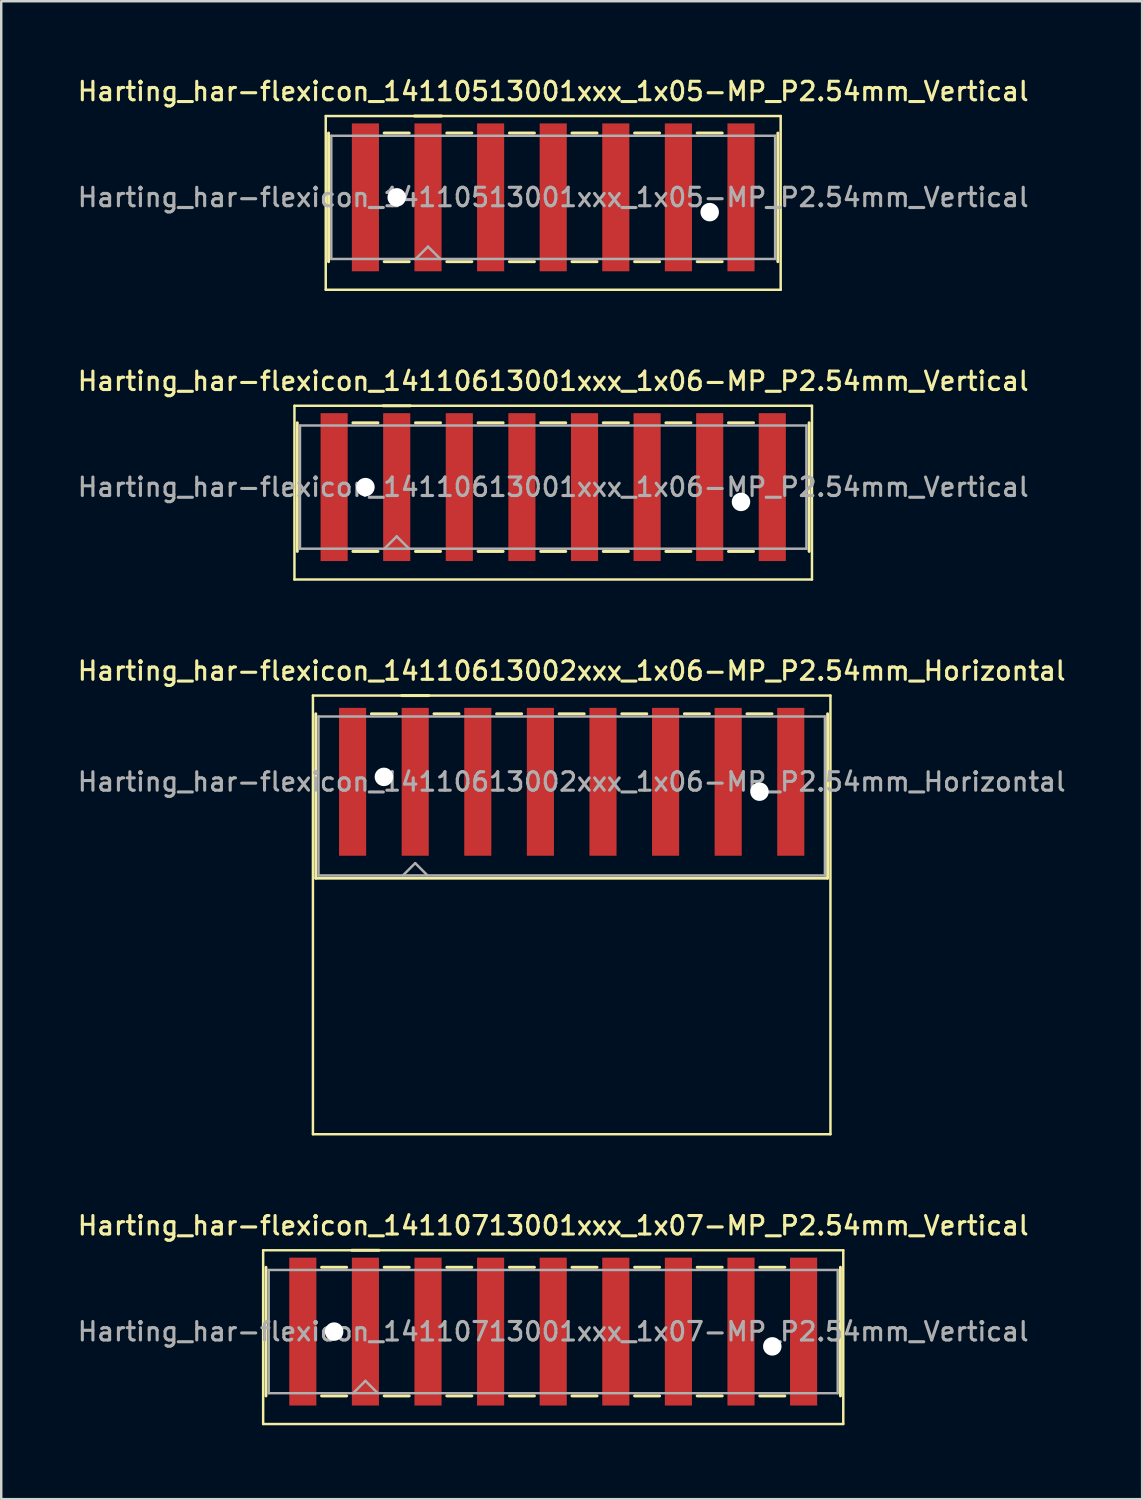
<source format=kicad_pcb>
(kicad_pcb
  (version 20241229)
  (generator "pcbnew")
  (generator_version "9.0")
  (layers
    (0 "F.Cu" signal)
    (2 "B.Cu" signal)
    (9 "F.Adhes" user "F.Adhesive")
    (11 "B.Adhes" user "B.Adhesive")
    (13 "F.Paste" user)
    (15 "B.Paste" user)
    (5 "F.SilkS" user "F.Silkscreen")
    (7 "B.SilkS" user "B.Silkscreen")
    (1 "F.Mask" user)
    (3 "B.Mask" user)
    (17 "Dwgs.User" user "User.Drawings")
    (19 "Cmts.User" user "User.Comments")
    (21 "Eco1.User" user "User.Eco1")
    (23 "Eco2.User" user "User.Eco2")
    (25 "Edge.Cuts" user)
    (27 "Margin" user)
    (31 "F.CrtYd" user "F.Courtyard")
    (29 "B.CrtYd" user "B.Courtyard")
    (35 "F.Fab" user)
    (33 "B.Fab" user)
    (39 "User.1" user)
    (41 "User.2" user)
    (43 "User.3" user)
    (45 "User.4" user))
  (footprint "Harting_har-flexicon_14110713001xxx_1x07-MP_P2.54mm_Vertical"
    (layer "F.Cu")
    (at 19.398 50.983)
    (property "Reference" "Harting_har-flexicon_14110713001xxx_1x07-MP_P2.54mm_Vertical" (at 0 -4.3 0) (layer "F.SilkS") (effects (font (size 0.75 0.75) (thickness 0.125))))
    (attr smd)
    (fp_line (start -11.77 -3.3) (end -11.77 3.75) (stroke (width 0.1) (type solid)) (layer "F.SilkS"))
    (fp_line (start -11.77 3.75) (end 11.77 3.75) (stroke (width 0.1) (type solid)) (layer "F.SilkS"))
    (fp_line (start -11.655 -2.61) (end -11.655 2.61) (stroke (width 0.12) (type solid)) (layer "F.SilkS"))
    (fp_line (start -9.398 -2.61) (end -8.382 -2.61) (stroke (width 0.12) (type solid)) (layer "F.SilkS"))
    (fp_line (start -9.398 2.61) (end -8.382 2.61) (stroke (width 0.12) (type solid)) (layer "F.SilkS"))
    (fp_line (start -8.17 -3.3) (end -7.07 -3.3) (stroke (width 0.12) (type solid)) (layer "F.SilkS"))
    (fp_line (start -6.858 -2.61) (end -5.842 -2.61) (stroke (width 0.12) (type solid)) (layer "F.SilkS"))
    (fp_line (start -6.858 2.61) (end -5.842 2.61) (stroke (width 0.12) (type solid)) (layer "F.SilkS"))
    (fp_line (start -4.318 -2.61) (end -3.302 -2.61) (stroke (width 0.12) (type solid)) (layer "F.SilkS"))
    (fp_line (start -4.318 2.61) (end -3.302 2.61) (stroke (width 0.12) (type solid)) (layer "F.SilkS"))
    (fp_line (start -1.778 -2.61) (end -0.762 -2.61) (stroke (width 0.12) (type solid)) (layer "F.SilkS"))
    (fp_line (start -1.778 2.61) (end -0.762 2.61) (stroke (width 0.12) (type solid)) (layer "F.SilkS"))
    (fp_line (start 0.762 -2.61) (end 1.778 -2.61) (stroke (width 0.12) (type solid)) (layer "F.SilkS"))
    (fp_line (start 0.762 2.61) (end 1.778 2.61) (stroke (width 0.12) (type solid)) (layer "F.SilkS"))
    (fp_line (start 3.302 -2.61) (end 4.318 -2.61) (stroke (width 0.12) (type solid)) (layer "F.SilkS"))
    (fp_line (start 3.302 2.61) (end 4.318 2.61) (stroke (width 0.12) (type solid)) (layer "F.SilkS"))
    (fp_line (start 5.842 -2.61) (end 6.858 -2.61) (stroke (width 0.12) (type solid)) (layer "F.SilkS"))
    (fp_line (start 5.842 2.61) (end 6.858 2.61) (stroke (width 0.12) (type solid)) (layer "F.SilkS"))
    (fp_line (start 8.382 -2.61) (end 9.398 -2.61) (stroke (width 0.12) (type solid)) (layer "F.SilkS"))
    (fp_line (start 8.382 2.61) (end 9.398 2.61) (stroke (width 0.12) (type solid)) (layer "F.SilkS"))
    (fp_line (start 11.655 -2.61) (end 11.655 2.61) (stroke (width 0.12) (type solid)) (layer "F.SilkS"))
    (fp_line (start 11.77 -3.3) (end -11.77 -3.3) (stroke (width 0.1) (type solid)) (layer "F.SilkS"))
    (fp_line (start 11.77 3.75) (end 11.77 -3.3) (stroke (width 0.1) (type solid)) (layer "F.SilkS"))
    (fp_line (start -11.545 -2.5) (end -11.545 2.5) (stroke (width 0.1) (type solid)) (layer "F.Fab"))
    (fp_line (start -11.545 2.5) (end 11.545 2.5) (stroke (width 0.1) (type solid)) (layer "F.Fab"))
    (fp_line (start -8.12 2.5) (end -7.62 2) (stroke (width 0.1) (type solid)) (layer "F.Fab"))
    (fp_line (start -7.62 2) (end -7.12 2.5) (stroke (width 0.1) (type solid)) (layer "F.Fab"))
    (fp_line (start 11.545 -2.5) (end -11.545 -2.5) (stroke (width 0.1) (type solid)) (layer "F.Fab"))
    (fp_line (start 11.545 2.5) (end 11.545 -2.5) (stroke (width 0.1) (type solid)) (layer "F.Fab"))
    (fp_text user "${REFERENCE}" (at 0 0 0) (layer "F.Fab") (effects (font (size 0.75 0.75) (thickness 0.125))))
    (pad "" np_thru_hole circle (at -8.89 0) (size 0.75 0.75) (drill 1) (layers "*.Cu" "*.Mask"))
    (pad "" np_thru_hole circle (at 8.89 0.6) (size 0.75 0.75) (drill 1) (layers "*.Cu" "*.Mask"))
    (pad "1" smd rect (at -7.62 0) (size 1.1 6) (layers "F.Cu" "F.Mask" "F.Paste"))
    (pad "2" smd rect (at -5.08 0) (size 1.1 6) (layers "F.Cu" "F.Mask" "F.Paste"))
    (pad "3" smd rect (at -2.54 0) (size 1.1 6) (layers "F.Cu" "F.Mask" "F.Paste"))
    (pad "4" smd rect (at 0 0) (size 1.1 6) (layers "F.Cu" "F.Mask" "F.Paste"))
    (pad "5" smd rect (at 2.54 0) (size 1.1 6) (layers "F.Cu" "F.Mask" "F.Paste"))
    (pad "6" smd rect (at 5.08 0) (size 1.1 6) (layers "F.Cu" "F.Mask" "F.Paste"))
    (pad "7" smd rect (at 7.62 0) (size 1.1 6) (layers "F.Cu" "F.Mask" "F.Paste"))
    (pad "MP" smd rect (at -10.16 0) (size 1.1 6) (layers "F.Cu" "F.Mask" "F.Paste"))
    (pad "MP" smd rect (at 10.16 0) (size 1.1 6) (layers "F.Cu" "F.Mask" "F.Paste")))
  (footprint "Harting_har-flexicon_14110513001xxx_1x05-MP_P2.54mm_Vertical"
    (layer "F.Cu")
    (at 19.398 4.958)
    (property "Reference" "Harting_har-flexicon_14110513001xxx_1x05-MP_P2.54mm_Vertical" (at 0 -4.3 0) (layer "F.SilkS") (effects (font (size 0.75 0.75) (thickness 0.125))))
    (attr smd)
    (fp_line (start -9.23 -3.3) (end -9.23 3.75) (stroke (width 0.1) (type solid)) (layer "F.SilkS"))
    (fp_line (start -9.23 3.75) (end 9.23 3.75) (stroke (width 0.1) (type solid)) (layer "F.SilkS"))
    (fp_line (start -9.115 -2.61) (end -9.115 2.61) (stroke (width 0.12) (type solid)) (layer "F.SilkS"))
    (fp_line (start -6.858 -2.61) (end -5.842 -2.61) (stroke (width 0.12) (type solid)) (layer "F.SilkS"))
    (fp_line (start -6.858 2.61) (end -5.842 2.61) (stroke (width 0.12) (type solid)) (layer "F.SilkS"))
    (fp_line (start -5.63 -3.3) (end -4.53 -3.3) (stroke (width 0.12) (type solid)) (layer "F.SilkS"))
    (fp_line (start -4.318 -2.61) (end -3.302 -2.61) (stroke (width 0.12) (type solid)) (layer "F.SilkS"))
    (fp_line (start -4.318 2.61) (end -3.302 2.61) (stroke (width 0.12) (type solid)) (layer "F.SilkS"))
    (fp_line (start -1.778 -2.61) (end -0.762 -2.61) (stroke (width 0.12) (type solid)) (layer "F.SilkS"))
    (fp_line (start -1.778 2.61) (end -0.762 2.61) (stroke (width 0.12) (type solid)) (layer "F.SilkS"))
    (fp_line (start 0.762 -2.61) (end 1.778 -2.61) (stroke (width 0.12) (type solid)) (layer "F.SilkS"))
    (fp_line (start 0.762 2.61) (end 1.778 2.61) (stroke (width 0.12) (type solid)) (layer "F.SilkS"))
    (fp_line (start 3.302 -2.61) (end 4.318 -2.61) (stroke (width 0.12) (type solid)) (layer "F.SilkS"))
    (fp_line (start 3.302 2.61) (end 4.318 2.61) (stroke (width 0.12) (type solid)) (layer "F.SilkS"))
    (fp_line (start 5.842 -2.61) (end 6.858 -2.61) (stroke (width 0.12) (type solid)) (layer "F.SilkS"))
    (fp_line (start 5.842 2.61) (end 6.858 2.61) (stroke (width 0.12) (type solid)) (layer "F.SilkS"))
    (fp_line (start 9.115 -2.61) (end 9.115 2.61) (stroke (width 0.12) (type solid)) (layer "F.SilkS"))
    (fp_line (start 9.23 -3.3) (end -9.23 -3.3) (stroke (width 0.1) (type solid)) (layer "F.SilkS"))
    (fp_line (start 9.23 3.75) (end 9.23 -3.3) (stroke (width 0.1) (type solid)) (layer "F.SilkS"))
    (fp_line (start -9.005 -2.5) (end -9.005 2.5) (stroke (width 0.1) (type solid)) (layer "F.Fab"))
    (fp_line (start -9.005 2.5) (end 9.005 2.5) (stroke (width 0.1) (type solid)) (layer "F.Fab"))
    (fp_line (start -5.58 2.5) (end -5.08 2) (stroke (width 0.1) (type solid)) (layer "F.Fab"))
    (fp_line (start -5.08 2) (end -4.58 2.5) (stroke (width 0.1) (type solid)) (layer "F.Fab"))
    (fp_line (start 9.005 -2.5) (end -9.005 -2.5) (stroke (width 0.1) (type solid)) (layer "F.Fab"))
    (fp_line (start 9.005 2.5) (end 9.005 -2.5) (stroke (width 0.1) (type solid)) (layer "F.Fab"))
    (fp_text user "${REFERENCE}" (at 0 0 0) (layer "F.Fab") (effects (font (size 0.75 0.75) (thickness 0.125))))
    (pad "" np_thru_hole circle (at -6.35 0) (size 0.75 0.75) (drill 1) (layers "*.Cu" "*.Mask"))
    (pad "" np_thru_hole circle (at 6.35 0.6) (size 0.75 0.75) (drill 1) (layers "*.Cu" "*.Mask"))
    (pad "1" smd rect (at -5.08 0) (size 1.1 6) (layers "F.Cu" "F.Mask" "F.Paste"))
    (pad "2" smd rect (at -2.54 0) (size 1.1 6) (layers "F.Cu" "F.Mask" "F.Paste"))
    (pad "3" smd rect (at 0 0) (size 1.1 6) (layers "F.Cu" "F.Mask" "F.Paste"))
    (pad "4" smd rect (at 2.54 0) (size 1.1 6) (layers "F.Cu" "F.Mask" "F.Paste"))
    (pad "5" smd rect (at 5.08 0) (size 1.1 6) (layers "F.Cu" "F.Mask" "F.Paste"))
    (pad "MP" smd rect (at -7.62 0) (size 1.1 6) (layers "F.Cu" "F.Mask" "F.Paste"))
    (pad "MP" smd rect (at 7.62 0) (size 1.1 6) (layers "F.Cu" "F.Mask" "F.Paste")))
  (footprint "Harting_har-flexicon_14110613002xxx_1x06-MP_P2.54mm_Horizontal"
    (layer "F.Cu")
    (at 20.148 29.974)
    (property "Reference" "Harting_har-flexicon_14110613002xxx_1x06-MP_P2.54mm_Horizontal" (at 0 -5.8 0) (layer "F.SilkS") (effects (font (size 0.75 0.75) (thickness 0.125))))
    (attr smd)
    (fp_line (start -10.5 -4.8) (end -10.5 13) (stroke (width 0.1) (type solid)) (layer "F.SilkS"))
    (fp_line (start -10.5 13) (end 10.5 13) (stroke (width 0.1) (type solid)) (layer "F.SilkS"))
    (fp_line (start -10.385 -4.06) (end -10.385 2.61) (stroke (width 0.12) (type solid)) (layer "F.SilkS"))
    (fp_line (start -8.128 -4.06) (end -7.112 -4.06) (stroke (width 0.12) (type solid)) (layer "F.SilkS"))
    (fp_line (start -6.9 -4.8) (end -5.8 -4.8) (stroke (width 0.12) (type solid)) (layer "F.SilkS"))
    (fp_line (start -5.588 -4.06) (end -4.572 -4.06) (stroke (width 0.12) (type solid)) (layer "F.SilkS"))
    (fp_line (start -3.048 -4.06) (end -2.032 -4.06) (stroke (width 0.12) (type solid)) (layer "F.SilkS"))
    (fp_line (start -0.508 -4.06) (end 0.508 -4.06) (stroke (width 0.12) (type solid)) (layer "F.SilkS"))
    (fp_line (start 2.032 -4.06) (end 3.048 -4.06) (stroke (width 0.12) (type solid)) (layer "F.SilkS"))
    (fp_line (start 4.572 -4.06) (end 5.588 -4.06) (stroke (width 0.12) (type solid)) (layer "F.SilkS"))
    (fp_line (start 7.112 -4.06) (end 8.128 -4.06) (stroke (width 0.12) (type solid)) (layer "F.SilkS"))
    (fp_line (start 10.385 -4.06) (end 10.385 2.61) (stroke (width 0.12) (type solid)) (layer "F.SilkS"))
    (fp_line (start 10.385 2.61) (end -10.385 2.61) (stroke (width 0.12) (type solid)) (layer "F.SilkS"))
    (fp_line (start 10.5 -4.8) (end -10.5 -4.8) (stroke (width 0.1) (type solid)) (layer "F.SilkS"))
    (fp_line (start 10.5 13) (end 10.5 -4.8) (stroke (width 0.1) (type solid)) (layer "F.SilkS"))
    (fp_line (start -10.275 -3.95) (end -10.275 2.5) (stroke (width 0.1) (type solid)) (layer "F.Fab"))
    (fp_line (start -10.275 2.5) (end 10.275 2.5) (stroke (width 0.1) (type solid)) (layer "F.Fab"))
    (fp_line (start -6.85 2.5) (end -6.35 2) (stroke (width 0.1) (type solid)) (layer "F.Fab"))
    (fp_line (start -6.35 2) (end -5.85 2.5) (stroke (width 0.1) (type solid)) (layer "F.Fab"))
    (fp_line (start 10.275 -3.95) (end -10.275 -3.95) (stroke (width 0.1) (type solid)) (layer "F.Fab"))
    (fp_line (start 10.275 2.5) (end 10.275 -3.95) (stroke (width 0.1) (type solid)) (layer "F.Fab"))
    (fp_text user "${REFERENCE}" (at 0 -1.3 0) (layer "F.Fab") (effects (font (size 0.75 0.75) (thickness 0.125))))
    (pad "" np_thru_hole circle (at -7.62 -1.5) (size 0.75 0.75) (drill 1) (layers "*.Cu" "*.Mask"))
    (pad "" np_thru_hole circle (at 7.62 -0.9) (size 0.75 0.75) (drill 1) (layers "*.Cu" "*.Mask"))
    (pad "1" smd rect (at -6.35 -1.3) (size 1.1 6) (layers "F.Cu" "F.Mask" "F.Paste"))
    (pad "2" smd rect (at -3.81 -1.3) (size 1.1 6) (layers "F.Cu" "F.Mask" "F.Paste"))
    (pad "3" smd rect (at -1.27 -1.3) (size 1.1 6) (layers "F.Cu" "F.Mask" "F.Paste"))
    (pad "4" smd rect (at 1.27 -1.3) (size 1.1 6) (layers "F.Cu" "F.Mask" "F.Paste"))
    (pad "5" smd rect (at 3.81 -1.3) (size 1.1 6) (layers "F.Cu" "F.Mask" "F.Paste"))
    (pad "6" smd rect (at 6.35 -1.3) (size 1.1 6) (layers "F.Cu" "F.Mask" "F.Paste"))
    (pad "MP" smd rect (at -8.89 -1.3) (size 1.1 6) (layers "F.Cu" "F.Mask" "F.Paste"))
    (pad "MP" smd rect (at 8.89 -1.3) (size 1.1 6) (layers "F.Cu" "F.Mask" "F.Paste")))
  (footprint "Harting_har-flexicon_14110613001xxx_1x06-MP_P2.54mm_Vertical"
    (layer "F.Cu")
    (at 19.398 16.716)
    (property "Reference" "Harting_har-flexicon_14110613001xxx_1x06-MP_P2.54mm_Vertical" (at 0 -4.3 0) (layer "F.SilkS") (effects (font (size 0.75 0.75) (thickness 0.125))))
    (attr smd)
    (fp_line (start -10.5 -3.3) (end -10.5 3.75) (stroke (width 0.1) (type solid)) (layer "F.SilkS"))
    (fp_line (start -10.5 3.75) (end 10.5 3.75) (stroke (width 0.1) (type solid)) (layer "F.SilkS"))
    (fp_line (start -10.385 -2.61) (end -10.385 2.61) (stroke (width 0.12) (type solid)) (layer "F.SilkS"))
    (fp_line (start -8.128 -2.61) (end -7.112 -2.61) (stroke (width 0.12) (type solid)) (layer "F.SilkS"))
    (fp_line (start -8.128 2.61) (end -7.112 2.61) (stroke (width 0.12) (type solid)) (layer "F.SilkS"))
    (fp_line (start -6.9 -3.3) (end -5.8 -3.3) (stroke (width 0.12) (type solid)) (layer "F.SilkS"))
    (fp_line (start -5.588 -2.61) (end -4.572 -2.61) (stroke (width 0.12) (type solid)) (layer "F.SilkS"))
    (fp_line (start -5.588 2.61) (end -4.572 2.61) (stroke (width 0.12) (type solid)) (layer "F.SilkS"))
    (fp_line (start -3.048 -2.61) (end -2.032 -2.61) (stroke (width 0.12) (type solid)) (layer "F.SilkS"))
    (fp_line (start -3.048 2.61) (end -2.032 2.61) (stroke (width 0.12) (type solid)) (layer "F.SilkS"))
    (fp_line (start -0.508 -2.61) (end 0.508 -2.61) (stroke (width 0.12) (type solid)) (layer "F.SilkS"))
    (fp_line (start -0.508 2.61) (end 0.508 2.61) (stroke (width 0.12) (type solid)) (layer "F.SilkS"))
    (fp_line (start 2.032 -2.61) (end 3.048 -2.61) (stroke (width 0.12) (type solid)) (layer "F.SilkS"))
    (fp_line (start 2.032 2.61) (end 3.048 2.61) (stroke (width 0.12) (type solid)) (layer "F.SilkS"))
    (fp_line (start 4.572 -2.61) (end 5.588 -2.61) (stroke (width 0.12) (type solid)) (layer "F.SilkS"))
    (fp_line (start 4.572 2.61) (end 5.588 2.61) (stroke (width 0.12) (type solid)) (layer "F.SilkS"))
    (fp_line (start 7.112 -2.61) (end 8.128 -2.61) (stroke (width 0.12) (type solid)) (layer "F.SilkS"))
    (fp_line (start 7.112 2.61) (end 8.128 2.61) (stroke (width 0.12) (type solid)) (layer "F.SilkS"))
    (fp_line (start 10.385 -2.61) (end 10.385 2.61) (stroke (width 0.12) (type solid)) (layer "F.SilkS"))
    (fp_line (start 10.5 -3.3) (end -10.5 -3.3) (stroke (width 0.1) (type solid)) (layer "F.SilkS"))
    (fp_line (start 10.5 3.75) (end 10.5 -3.3) (stroke (width 0.1) (type solid)) (layer "F.SilkS"))
    (fp_line (start -10.275 -2.5) (end -10.275 2.5) (stroke (width 0.1) (type solid)) (layer "F.Fab"))
    (fp_line (start -10.275 2.5) (end 10.275 2.5) (stroke (width 0.1) (type solid)) (layer "F.Fab"))
    (fp_line (start -6.85 2.5) (end -6.35 2) (stroke (width 0.1) (type solid)) (layer "F.Fab"))
    (fp_line (start -6.35 2) (end -5.85 2.5) (stroke (width 0.1) (type solid)) (layer "F.Fab"))
    (fp_line (start 10.275 -2.5) (end -10.275 -2.5) (stroke (width 0.1) (type solid)) (layer "F.Fab"))
    (fp_line (start 10.275 2.5) (end 10.275 -2.5) (stroke (width 0.1) (type solid)) (layer "F.Fab"))
    (fp_text user "${REFERENCE}" (at 0 0 0) (layer "F.Fab") (effects (font (size 0.75 0.75) (thickness 0.125))))
    (pad "" np_thru_hole circle (at -7.62 0) (size 0.75 0.75) (drill 1) (layers "*.Cu" "*.Mask"))
    (pad "" np_thru_hole circle (at 7.62 0.6) (size 0.75 0.75) (drill 1) (layers "*.Cu" "*.Mask"))
    (pad "1" smd rect (at -6.35 0) (size 1.1 6) (layers "F.Cu" "F.Mask" "F.Paste"))
    (pad "2" smd rect (at -3.81 0) (size 1.1 6) (layers "F.Cu" "F.Mask" "F.Paste"))
    (pad "3" smd rect (at -1.27 0) (size 1.1 6) (layers "F.Cu" "F.Mask" "F.Paste"))
    (pad "4" smd rect (at 1.27 0) (size 1.1 6) (layers "F.Cu" "F.Mask" "F.Paste"))
    (pad "5" smd rect (at 3.81 0) (size 1.1 6) (layers "F.Cu" "F.Mask" "F.Paste"))
    (pad "6" smd rect (at 6.35 0) (size 1.1 6) (layers "F.Cu" "F.Mask" "F.Paste"))
    (pad "MP" smd rect (at -8.89 0) (size 1.1 6) (layers "F.Cu" "F.Mask" "F.Paste"))
    (pad "MP" smd rect (at 8.89 0) (size 1.1 6) (layers "F.Cu" "F.Mask" "F.Paste")))
  (gr_rect
    (start -3 -3)
    (end 43.296 57.782)
    (stroke (width 0.1) (type default))
    (fill no)
    (layer "Edge.Cuts")))
</source>
